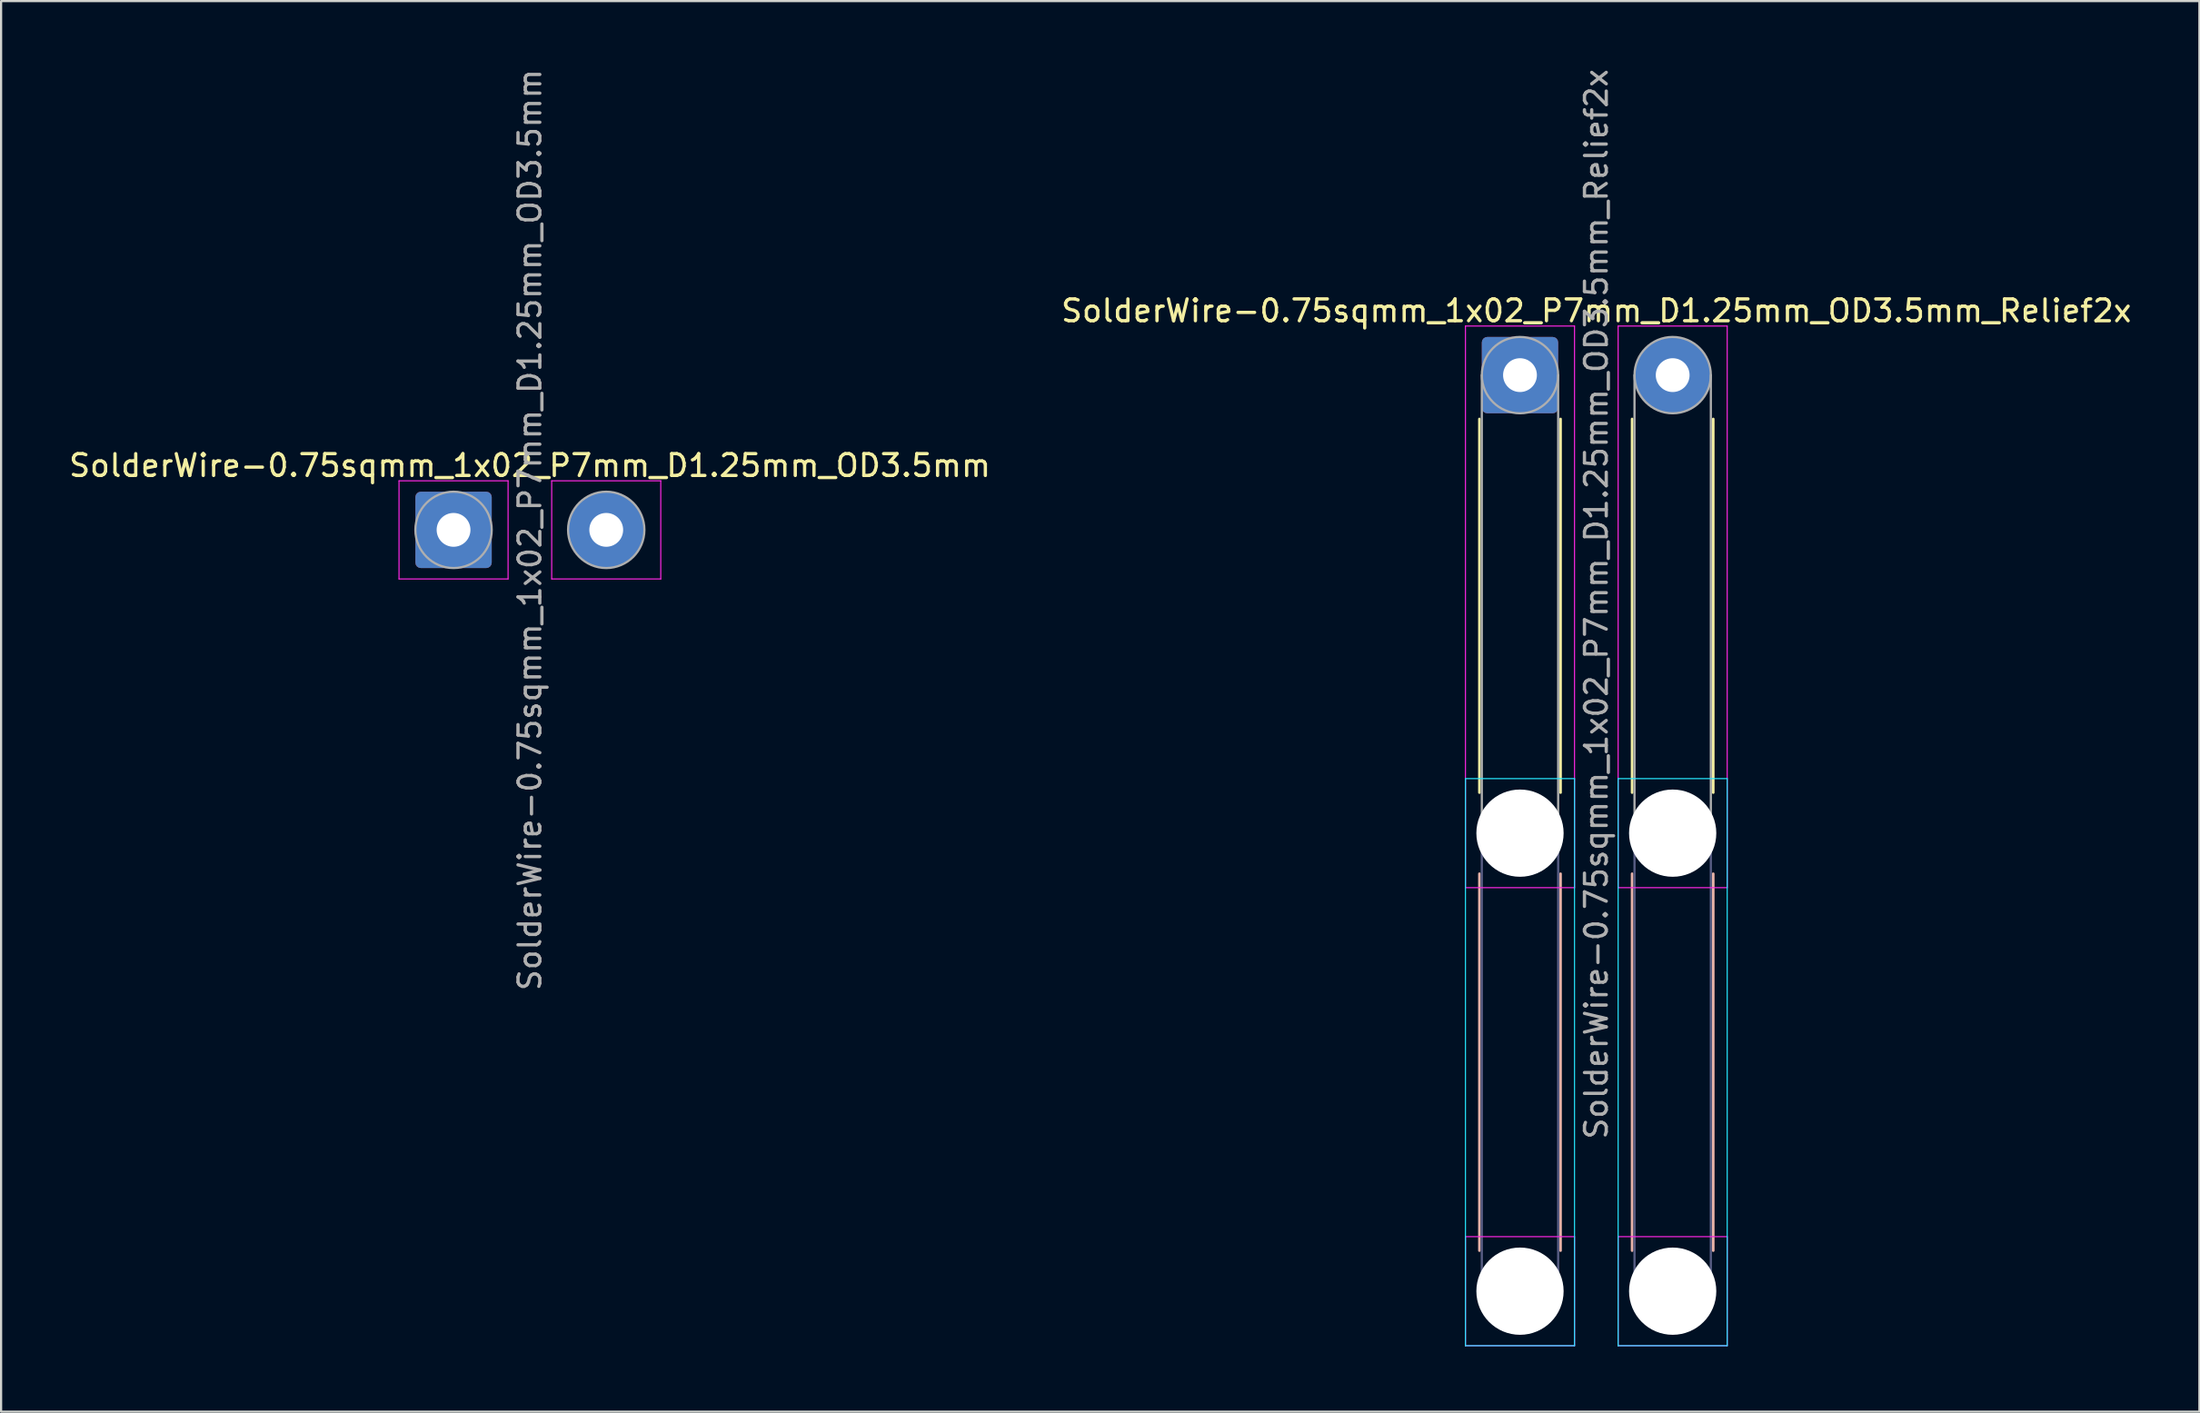
<source format=kicad_pcb>
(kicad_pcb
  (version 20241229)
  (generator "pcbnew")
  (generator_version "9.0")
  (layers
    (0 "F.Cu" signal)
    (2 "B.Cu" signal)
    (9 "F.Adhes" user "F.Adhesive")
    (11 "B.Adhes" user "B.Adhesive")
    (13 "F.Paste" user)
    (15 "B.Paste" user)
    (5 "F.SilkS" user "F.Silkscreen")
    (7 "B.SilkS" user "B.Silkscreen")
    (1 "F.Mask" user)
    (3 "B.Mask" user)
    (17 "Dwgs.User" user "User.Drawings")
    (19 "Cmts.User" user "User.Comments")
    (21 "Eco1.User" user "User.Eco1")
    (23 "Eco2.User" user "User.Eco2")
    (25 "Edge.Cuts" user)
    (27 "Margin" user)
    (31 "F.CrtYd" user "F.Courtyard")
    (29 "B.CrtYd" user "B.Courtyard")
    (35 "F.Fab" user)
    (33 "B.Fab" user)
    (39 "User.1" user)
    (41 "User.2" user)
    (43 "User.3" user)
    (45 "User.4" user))
  (footprint "SolderWire-0.75sqmm_1x02_P7mm_D1.25mm_OD3.5mm"
    (layer "F.Cu")
    (at 17.744 21.244)
    (property "Reference" "SolderWire-0.75sqmm_1x02_P7mm_D1.25mm_OD3.5mm" (at 3.5 -2.95 0) (layer "F.SilkS") (effects (font (size 1 1) (thickness 0.15))))
    (attr exclude_from_pos_files exclude_from_bom)
    (fp_line (start -2.5 -2.25) (end -2.5 2.25) (stroke (width 0.05) (type solid)) (layer "F.CrtYd"))
    (fp_line (start -2.5 2.25) (end 2.5 2.25) (stroke (width 0.05) (type solid)) (layer "F.CrtYd"))
    (fp_line (start 2.5 -2.25) (end -2.5 -2.25) (stroke (width 0.05) (type solid)) (layer "F.CrtYd"))
    (fp_line (start 2.5 2.25) (end 2.5 -2.25) (stroke (width 0.05) (type solid)) (layer "F.CrtYd"))
    (fp_line (start 4.5 -2.25) (end 4.5 2.25) (stroke (width 0.05) (type solid)) (layer "F.CrtYd"))
    (fp_line (start 4.5 2.25) (end 9.5 2.25) (stroke (width 0.05) (type solid)) (layer "F.CrtYd"))
    (fp_line (start 9.5 -2.25) (end 4.5 -2.25) (stroke (width 0.05) (type solid)) (layer "F.CrtYd"))
    (fp_line (start 9.5 2.25) (end 9.5 -2.25) (stroke (width 0.05) (type solid)) (layer "F.CrtYd"))
    (fp_circle (center 0 0) (end 1.75 0) (stroke (width 0.1) (type solid)) (fill no) (layer "F.Fab"))
    (fp_circle (center 7 0) (end 8.75 0) (stroke (width 0.1) (type solid)) (fill no) (layer "F.Fab"))
    (fp_text user "${REFERENCE}" (at 3.5 0 90) (layer "F.Fab") (effects (font (size 1 1) (thickness 0.15))))
    (pad "1" thru_hole roundrect (at 0 0) (size 3.5 3.5) (drill 1.55) (layers "*.Cu" "*.Mask") (roundrect_rratio 0.071))
    (pad "2" thru_hole circle (at 7 0) (size 3.5 3.5) (drill 1.55) (layers "*.Cu" "*.Mask")))
  (footprint "SolderWire-0.75sqmm_1x02_P7mm_D1.25mm_OD3.5mm_Relief2x"
    (layer "F.Cu")
    (at 66.637 14.149)
    (property "Reference" "SolderWire-0.75sqmm_1x02_P7mm_D1.25mm_OD3.5mm_Relief2x" (at 3.5 -2.95 0) (layer "F.SilkS") (effects (font (size 1 1) (thickness 0.15))))
    (attr exclude_from_pos_files exclude_from_bom)
    (fp_line (start -1.86 2.01) (end -1.86 19.14) (stroke (width 0.12) (type solid)) (layer "F.SilkS"))
    (fp_line (start 1.86 2.01) (end 1.86 19.14) (stroke (width 0.12) (type solid)) (layer "F.SilkS"))
    (fp_line (start 5.14 2.01) (end 5.14 19.14) (stroke (width 0.12) (type solid)) (layer "F.SilkS"))
    (fp_line (start 8.86 2.01) (end 8.86 19.14) (stroke (width 0.12) (type solid)) (layer "F.SilkS"))
    (fp_line (start -1.86 22.86) (end -1.86 40.14) (stroke (width 0.12) (type solid)) (layer "B.SilkS"))
    (fp_line (start 1.86 22.86) (end 1.86 40.14) (stroke (width 0.12) (type solid)) (layer "B.SilkS"))
    (fp_line (start 5.14 22.86) (end 5.14 40.14) (stroke (width 0.12) (type solid)) (layer "B.SilkS"))
    (fp_line (start 8.86 22.86) (end 8.86 40.14) (stroke (width 0.12) (type solid)) (layer "B.SilkS"))
    (fp_line (start -2.5 18.5) (end -2.5 44.5) (stroke (width 0.05) (type solid)) (layer "B.CrtYd"))
    (fp_line (start -2.5 44.5) (end 2.5 44.5) (stroke (width 0.05) (type solid)) (layer "B.CrtYd"))
    (fp_line (start 2.5 18.5) (end -2.5 18.5) (stroke (width 0.05) (type solid)) (layer "B.CrtYd"))
    (fp_line (start 2.5 44.5) (end 2.5 18.5) (stroke (width 0.05) (type solid)) (layer "B.CrtYd"))
    (fp_line (start 4.5 18.5) (end 4.5 44.5) (stroke (width 0.05) (type solid)) (layer "B.CrtYd"))
    (fp_line (start 4.5 44.5) (end 9.5 44.5) (stroke (width 0.05) (type solid)) (layer "B.CrtYd"))
    (fp_line (start 9.5 18.5) (end 4.5 18.5) (stroke (width 0.05) (type solid)) (layer "B.CrtYd"))
    (fp_line (start 9.5 44.5) (end 9.5 18.5) (stroke (width 0.05) (type solid)) (layer "B.CrtYd"))
    (fp_line (start -2.5 -2.25) (end -2.5 23.5) (stroke (width 0.05) (type solid)) (layer "F.CrtYd"))
    (fp_line (start -2.5 23.5) (end 2.5 23.5) (stroke (width 0.05) (type solid)) (layer "F.CrtYd"))
    (fp_line (start -2.5 39.5) (end -2.5 44.5) (stroke (width 0.05) (type solid)) (layer "F.CrtYd"))
    (fp_line (start -2.5 44.5) (end 2.5 44.5) (stroke (width 0.05) (type solid)) (layer "F.CrtYd"))
    (fp_line (start 2.5 -2.25) (end -2.5 -2.25) (stroke (width 0.05) (type solid)) (layer "F.CrtYd"))
    (fp_line (start 2.5 23.5) (end 2.5 -2.25) (stroke (width 0.05) (type solid)) (layer "F.CrtYd"))
    (fp_line (start 2.5 39.5) (end -2.5 39.5) (stroke (width 0.05) (type solid)) (layer "F.CrtYd"))
    (fp_line (start 2.5 44.5) (end 2.5 39.5) (stroke (width 0.05) (type solid)) (layer "F.CrtYd"))
    (fp_line (start 4.5 -2.25) (end 4.5 23.5) (stroke (width 0.05) (type solid)) (layer "F.CrtYd"))
    (fp_line (start 4.5 23.5) (end 9.5 23.5) (stroke (width 0.05) (type solid)) (layer "F.CrtYd"))
    (fp_line (start 4.5 39.5) (end 4.5 44.5) (stroke (width 0.05) (type solid)) (layer "F.CrtYd"))
    (fp_line (start 4.5 44.5) (end 9.5 44.5) (stroke (width 0.05) (type solid)) (layer "F.CrtYd"))
    (fp_line (start 9.5 -2.25) (end 4.5 -2.25) (stroke (width 0.05) (type solid)) (layer "F.CrtYd"))
    (fp_line (start 9.5 23.5) (end 9.5 -2.25) (stroke (width 0.05) (type solid)) (layer "F.CrtYd"))
    (fp_line (start 9.5 39.5) (end 4.5 39.5) (stroke (width 0.05) (type solid)) (layer "F.CrtYd"))
    (fp_line (start 9.5 44.5) (end 9.5 39.5) (stroke (width 0.05) (type solid)) (layer "F.CrtYd"))
    (fp_line (start -1.75 21) (end -1.75 42) (stroke (width 0.1) (type solid)) (layer "B.Fab"))
    (fp_line (start 1.75 21) (end 1.75 42) (stroke (width 0.1) (type solid)) (layer "B.Fab"))
    (fp_line (start 5.25 21) (end 5.25 42) (stroke (width 0.1) (type solid)) (layer "B.Fab"))
    (fp_line (start 8.75 21) (end 8.75 42) (stroke (width 0.1) (type solid)) (layer "B.Fab"))
    (fp_circle (center 0 21) (end 1.75 21) (stroke (width 0.1) (type solid)) (fill no) (layer "B.Fab"))
    (fp_circle (center 0 42) (end 1.75 42) (stroke (width 0.1) (type solid)) (fill no) (layer "B.Fab"))
    (fp_circle (center 7 21) (end 8.75 21) (stroke (width 0.1) (type solid)) (fill no) (layer "B.Fab"))
    (fp_circle (center 7 42) (end 8.75 42) (stroke (width 0.1) (type solid)) (fill no) (layer "B.Fab"))
    (fp_line (start -1.75 0) (end -1.75 21) (stroke (width 0.1) (type solid)) (layer "F.Fab"))
    (fp_line (start 1.75 0) (end 1.75 21) (stroke (width 0.1) (type solid)) (layer "F.Fab"))
    (fp_line (start 5.25 0) (end 5.25 21) (stroke (width 0.1) (type solid)) (layer "F.Fab"))
    (fp_line (start 8.75 0) (end 8.75 21) (stroke (width 0.1) (type solid)) (layer "F.Fab"))
    (fp_circle (center 0 0) (end 1.75 0) (stroke (width 0.1) (type solid)) (fill no) (layer "F.Fab"))
    (fp_circle (center 0 21) (end 1.75 21) (stroke (width 0.1) (type solid)) (fill no) (layer "F.Fab"))
    (fp_circle (center 0 42) (end 1.75 42) (stroke (width 0.1) (type solid)) (fill no) (layer "F.Fab"))
    (fp_circle (center 7 0) (end 8.75 0) (stroke (width 0.1) (type solid)) (fill no) (layer "F.Fab"))
    (fp_circle (center 7 21) (end 8.75 21) (stroke (width 0.1) (type solid)) (fill no) (layer "F.Fab"))
    (fp_circle (center 7 42) (end 8.75 42) (stroke (width 0.1) (type solid)) (fill no) (layer "F.Fab"))
    (fp_text user "${REFERENCE}" (at 3.5 10.5 90) (layer "F.Fab") (effects (font (size 1 1) (thickness 0.15))))
    (pad "" np_thru_hole circle (at 0 21) (size 4 4) (drill 4) (layers "*.Cu" "*.Mask"))
    (pad "" np_thru_hole circle (at 0 42) (size 4 4) (drill 4) (layers "*.Cu" "*.Mask"))
    (pad "" np_thru_hole circle (at 7 21) (size 4 4) (drill 4) (layers "*.Cu" "*.Mask"))
    (pad "" np_thru_hole circle (at 7 42) (size 4 4) (drill 4) (layers "*.Cu" "*.Mask"))
    (pad "1" thru_hole roundrect (at 0 0) (size 3.5 3.5) (drill 1.55) (layers "*.Cu" "*.Mask") (roundrect_rratio 0.071))
    (pad "2" thru_hole circle (at 7 0) (size 3.5 3.5) (drill 1.55) (layers "*.Cu" "*.Mask")))
  (gr_rect
    (start -3 -3)
    (end 97.786 61.674)
    (stroke (width 0.1) (type default))
    (fill no)
    (layer "Edge.Cuts")))
</source>
